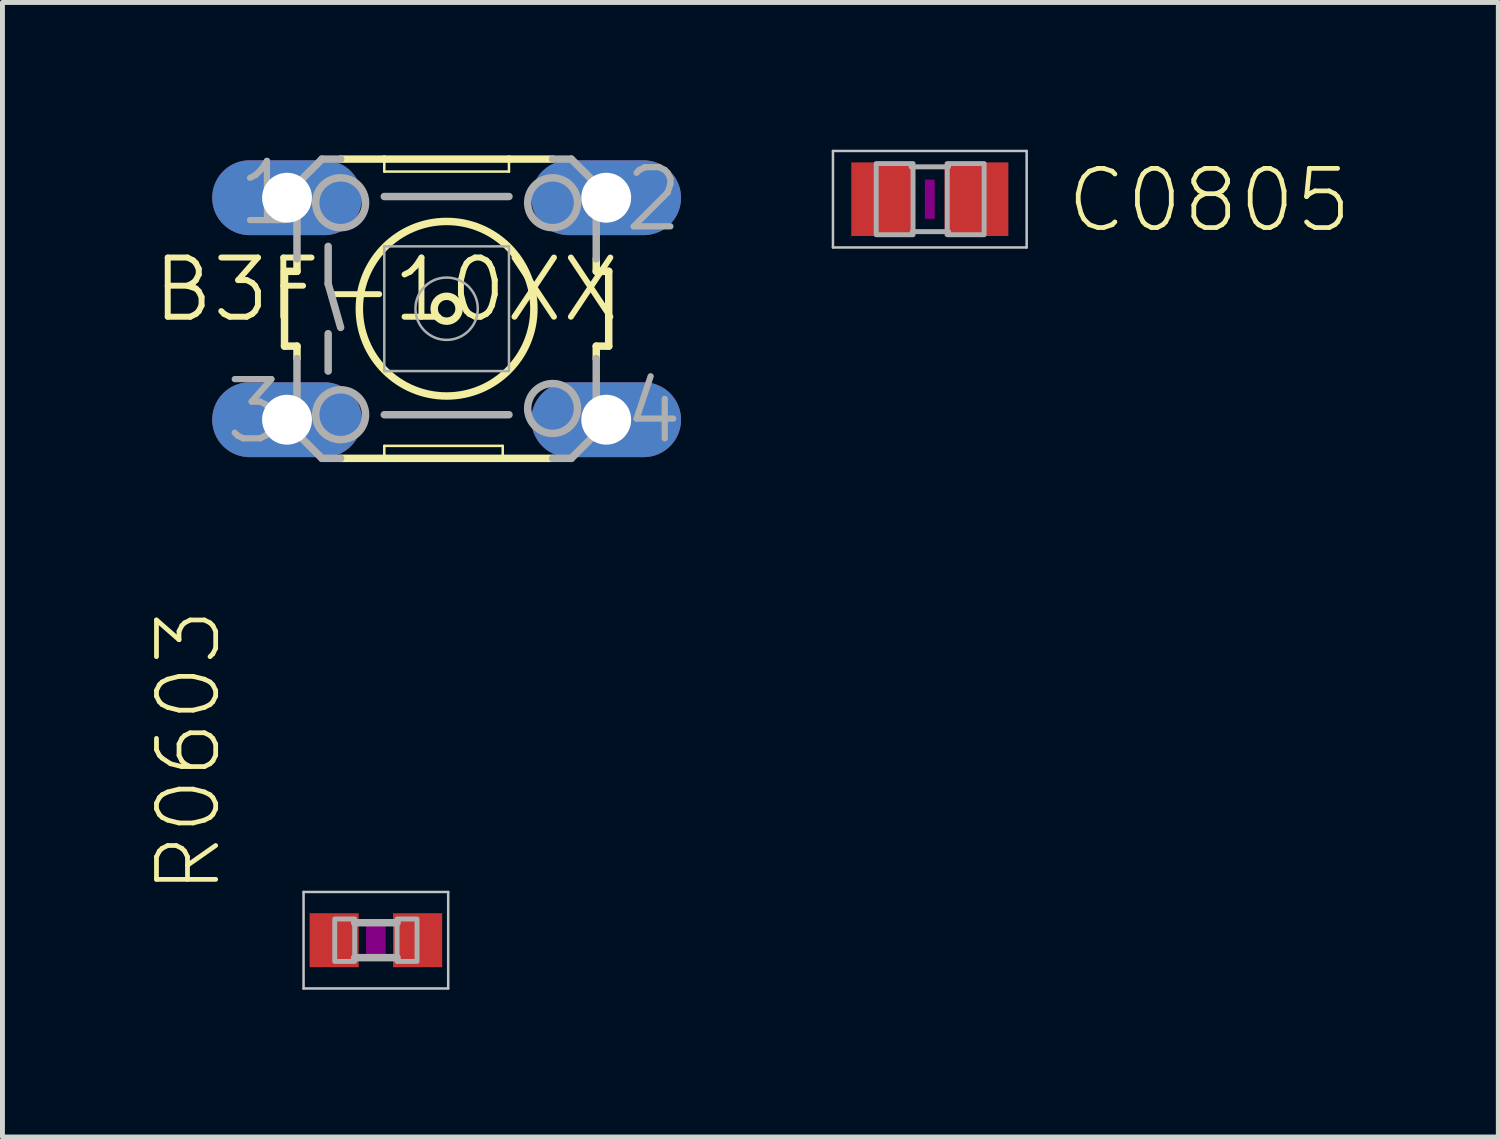
<source format=kicad_pcb>
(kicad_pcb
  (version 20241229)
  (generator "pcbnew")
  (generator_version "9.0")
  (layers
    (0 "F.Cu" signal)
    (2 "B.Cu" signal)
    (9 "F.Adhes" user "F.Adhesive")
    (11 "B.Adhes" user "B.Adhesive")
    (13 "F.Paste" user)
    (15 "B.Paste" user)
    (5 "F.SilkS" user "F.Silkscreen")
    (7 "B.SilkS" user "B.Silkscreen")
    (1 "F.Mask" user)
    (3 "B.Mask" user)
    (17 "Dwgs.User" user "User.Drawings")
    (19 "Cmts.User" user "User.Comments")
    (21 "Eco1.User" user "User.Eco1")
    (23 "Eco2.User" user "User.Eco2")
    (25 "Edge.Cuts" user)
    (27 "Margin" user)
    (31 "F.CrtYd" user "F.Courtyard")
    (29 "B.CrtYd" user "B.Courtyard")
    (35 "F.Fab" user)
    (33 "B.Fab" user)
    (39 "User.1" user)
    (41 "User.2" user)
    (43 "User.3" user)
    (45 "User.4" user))
  (footprint "R0603"
    (layer "F.Cu")
    (at 4.607 16.103)
    (property "Reference" "R0603" (at -3.111 -0.889 270) (layer "F.SilkS") (effects (font (size 1.206 1.206) (thickness 0.097)) (justify left bottom)))
    (attr through_hole)
    (fp_poly (pts (xy -0.2 0.4) (xy 0.2 0.4) (xy 0.2 -0.4) (xy -0.2 -0.4)) (stroke (width 0) (type solid)) (fill yes) (layer "F.Adhes"))
    (fp_line (start -1.473 -0.983) (end 1.473 -0.983) (stroke (width 0.051) (type solid)) (layer "Dwgs.User"))
    (fp_line (start -1.473 0.983) (end -1.473 -0.983) (stroke (width 0.051) (type solid)) (layer "Dwgs.User"))
    (fp_line (start 1.473 -0.983) (end 1.473 0.983) (stroke (width 0.051) (type solid)) (layer "Dwgs.User"))
    (fp_line (start 1.473 0.983) (end -1.473 0.983) (stroke (width 0.051) (type solid)) (layer "Dwgs.User"))
    (fp_line (start -0.432 0.356) (end 0.432 0.356) (stroke (width 0.152) (type solid)) (layer "F.Fab"))
    (fp_line (start 0.432 -0.356) (end -0.432 -0.356) (stroke (width 0.152) (type solid)) (layer "F.Fab"))
    (fp_poly (pts (xy -0.838 0.432) (xy -0.432 0.432) (xy -0.432 -0.432) (xy -0.838 -0.432)) (stroke (width 0.1) (type solid)) (fill no) (layer "F.Fab"))
    (fp_poly (pts (xy 0.432 0.432) (xy 0.838 0.432) (xy 0.838 -0.432) (xy 0.432 -0.432)) (stroke (width 0.1) (type solid)) (fill no) (layer "F.Fab"))
    (pad "1" smd rect (at -0.85 0) (size 1 1.1) (layers "F.Cu" "F.Mask" "F.Paste"))
    (pad "2" smd rect (at 0.85 0) (size 1 1.1) (layers "F.Cu" "F.Mask" "F.Paste")))
  (footprint "C0805"
    (layer "F.Cu")
    (at 15.891 1.008)
    (property "Reference" "C0805" (at 2.73 0.73 0) (layer "F.SilkS") (effects (font (size 1.206 1.206) (thickness 0.097)) (justify left bottom)))
    (attr through_hole)
    (fp_poly (pts (xy -0.1 0.4) (xy 0.1 0.4) (xy 0.1 -0.4) (xy -0.1 -0.4)) (stroke (width 0) (type solid)) (fill yes) (layer "F.Adhes"))
    (fp_line (start -1.973 -0.983) (end 1.973 -0.983) (stroke (width 0.051) (type solid)) (layer "Dwgs.User"))
    (fp_line (start -1.973 0.983) (end -1.973 -0.983) (stroke (width 0.051) (type solid)) (layer "Dwgs.User"))
    (fp_line (start 1.973 -0.983) (end 1.973 0.983) (stroke (width 0.051) (type solid)) (layer "Dwgs.User"))
    (fp_line (start 1.973 0.983) (end -1.973 0.983) (stroke (width 0.051) (type solid)) (layer "Dwgs.User"))
    (fp_line (start -0.381 -0.66) (end 0.381 -0.66) (stroke (width 0.102) (type solid)) (layer "F.Fab"))
    (fp_line (start -0.356 0.66) (end 0.381 0.66) (stroke (width 0.102) (type solid)) (layer "F.Fab"))
    (fp_poly (pts (xy -1.092 0.724) (xy -0.342 0.724) (xy -0.342 -0.726) (xy -1.092 -0.726)) (stroke (width 0.1) (type solid)) (fill no) (layer "F.Fab"))
    (fp_poly (pts (xy 0.356 0.724) (xy 1.106 0.724) (xy 1.106 -0.726) (xy 0.356 -0.726)) (stroke (width 0.1) (type solid)) (fill no) (layer "F.Fab"))
    (pad "1" smd rect (at -0.95 0) (size 1.3 1.5) (layers "F.Cu" "F.Mask" "F.Paste"))
    (pad "2" smd rect (at 0.95 0) (size 1.3 1.5) (layers "F.Cu" "F.Mask" "F.Paste")))
  (footprint "B3F-10XX"
    (layer "F.Cu")
    (at 6.048 3.239)
    (property "Reference" "B3F-10XX" (at -6.048 0.317 0) (layer "F.SilkS") (effects (font (size 1.206 1.206) (thickness 0.121)) (justify left bottom)))
    (attr through_hole)
    (fp_line (start -3.302 -0.762) (end -3.302 0.762) (stroke (width 0.152) (type solid)) (layer "F.SilkS"))
    (fp_line (start -3.302 -0.762) (end -3.048 -0.762) (stroke (width 0.152) (type solid)) (layer "F.SilkS"))
    (fp_line (start -3.048 -0.762) (end -3.048 -1.016) (stroke (width 0.152) (type solid)) (layer "F.SilkS"))
    (fp_line (start -3.048 0.762) (end -3.302 0.762) (stroke (width 0.152) (type solid)) (layer "F.SilkS"))
    (fp_line (start -3.048 0.762) (end -3.048 1.016) (stroke (width 0.152) (type solid)) (layer "F.SilkS"))
    (fp_line (start -2.159 3.048) (end -1.27 3.048) (stroke (width 0.152) (type solid)) (layer "F.SilkS"))
    (fp_line (start -1.27 -3.048) (end -2.159 -3.048) (stroke (width 0.152) (type solid)) (layer "F.SilkS"))
    (fp_line (start -1.27 -3.048) (end -1.27 -2.794) (stroke (width 0.051) (type solid)) (layer "F.SilkS"))
    (fp_line (start -1.27 2.794) (end -1.27 3.048) (stroke (width 0.051) (type solid)) (layer "F.SilkS"))
    (fp_line (start -1.27 3.048) (end 1.143 3.048) (stroke (width 0.152) (type solid)) (layer "F.SilkS"))
    (fp_line (start 1.143 2.794) (end -1.27 2.794) (stroke (width 0.051) (type solid)) (layer "F.SilkS"))
    (fp_line (start 1.143 2.794) (end 1.143 3.048) (stroke (width 0.051) (type solid)) (layer "F.SilkS"))
    (fp_line (start 1.143 3.048) (end 2.159 3.048) (stroke (width 0.152) (type solid)) (layer "F.SilkS"))
    (fp_line (start 1.27 -3.048) (end -1.27 -3.048) (stroke (width 0.152) (type solid)) (layer "F.SilkS"))
    (fp_line (start 1.27 -2.794) (end -1.27 -2.794) (stroke (width 0.051) (type solid)) (layer "F.SilkS"))
    (fp_line (start 1.27 -2.794) (end 1.27 -3.048) (stroke (width 0.051) (type solid)) (layer "F.SilkS"))
    (fp_line (start 2.159 -3.048) (end 1.27 -3.048) (stroke (width 0.152) (type solid)) (layer "F.SilkS"))
    (fp_line (start 3.048 -0.762) (end 3.048 -1.016) (stroke (width 0.152) (type solid)) (layer "F.SilkS"))
    (fp_line (start 3.048 -0.762) (end 3.302 -0.762) (stroke (width 0.152) (type solid)) (layer "F.SilkS"))
    (fp_line (start 3.048 0.762) (end 3.048 1.016) (stroke (width 0.152) (type solid)) (layer "F.SilkS"))
    (fp_line (start 3.302 0.762) (end 3.048 0.762) (stroke (width 0.152) (type solid)) (layer "F.SilkS"))
    (fp_line (start 3.302 0.762) (end 3.302 -0.762) (stroke (width 0.152) (type solid)) (layer "F.SilkS"))
    (fp_circle (center 0 0) (end 0.254 0) (stroke (width 0.152) (type solid)) (fill no) (layer "F.SilkS"))
    (fp_circle (center 0 0) (end 1.778 0) (stroke (width 0.152) (type solid)) (fill no) (layer "F.SilkS"))
    (fp_line (start -3.048 -2.54) (end -3.048 -1.016) (stroke (width 0.152) (type solid)) (layer "F.Fab"))
    (fp_line (start -3.048 2.54) (end -3.048 1.016) (stroke (width 0.152) (type solid)) (layer "F.Fab"))
    (fp_line (start -2.54 -3.048) (end -3.048 -2.54) (stroke (width 0.152) (type solid)) (layer "F.Fab"))
    (fp_line (start -2.54 -3.048) (end -2.159 -3.048) (stroke (width 0.152) (type solid)) (layer "F.Fab"))
    (fp_line (start -2.54 3.048) (end -3.048 2.54) (stroke (width 0.152) (type solid)) (layer "F.Fab"))
    (fp_line (start -2.54 3.048) (end -2.159 3.048) (stroke (width 0.152) (type solid)) (layer "F.Fab"))
    (fp_line (start -2.413 -1.27) (end -2.413 -0.508) (stroke (width 0.152) (type solid)) (layer "F.Fab"))
    (fp_line (start -2.413 -0.508) (end -2.159 0.381) (stroke (width 0.152) (type solid)) (layer "F.Fab"))
    (fp_line (start -2.413 0.508) (end -2.413 1.27) (stroke (width 0.152) (type solid)) (layer "F.Fab"))
    (fp_line (start -1.27 -1.27) (end -1.27 1.27) (stroke (width 0.051) (type solid)) (layer "F.Fab"))
    (fp_line (start -1.27 -1.27) (end 1.27 -1.27) (stroke (width 0.051) (type solid)) (layer "F.Fab"))
    (fp_line (start -1.27 2.159) (end 1.27 2.159) (stroke (width 0.152) (type solid)) (layer "F.Fab"))
    (fp_line (start 1.27 -2.286) (end -1.27 -2.286) (stroke (width 0.152) (type solid)) (layer "F.Fab"))
    (fp_line (start 1.27 1.27) (end -1.27 1.27) (stroke (width 0.051) (type solid)) (layer "F.Fab"))
    (fp_line (start 1.27 1.27) (end 1.27 -1.27) (stroke (width 0.051) (type solid)) (layer "F.Fab"))
    (fp_line (start 2.54 -3.048) (end 2.159 -3.048) (stroke (width 0.152) (type solid)) (layer "F.Fab"))
    (fp_line (start 2.54 3.048) (end 2.159 3.048) (stroke (width 0.152) (type solid)) (layer "F.Fab"))
    (fp_line (start 2.54 3.048) (end 3.048 2.54) (stroke (width 0.152) (type solid)) (layer "F.Fab"))
    (fp_line (start 3.048 -2.54) (end 2.54 -3.048) (stroke (width 0.152) (type solid)) (layer "F.Fab"))
    (fp_line (start 3.048 -1.016) (end 3.048 -2.54) (stroke (width 0.152) (type solid)) (layer "F.Fab"))
    (fp_line (start 3.048 2.54) (end 3.048 1.016) (stroke (width 0.152) (type solid)) (layer "F.Fab"))
    (fp_circle (center -2.159 -2.159) (end -1.651 -2.159) (stroke (width 0.152) (type solid)) (fill no) (layer "F.Fab"))
    (fp_circle (center -2.159 2.159) (end -1.651 2.159) (stroke (width 0.152) (type solid)) (fill no) (layer "F.Fab"))
    (fp_circle (center 0 0) (end 0.635 0) (stroke (width 0.051) (type solid)) (fill no) (layer "F.Fab"))
    (fp_circle (center 2.159 -2.159) (end 2.667 -2.159) (stroke (width 0.152) (type solid)) (fill no) (layer "F.Fab"))
    (fp_circle (center 2.159 2.032) (end 2.667 2.032) (stroke (width 0.152) (type solid)) (fill no) (layer "F.Fab"))
    (fp_text user "4" (at 3.556 2.794 0) (layer "F.Fab") (effects (font (size 1.206 1.206) (thickness 0.127)) (justify left bottom)))
    (fp_text user "3" (at -4.572 2.794 0) (layer "F.Fab") (effects (font (size 1.206 1.206) (thickness 0.127)) (justify left bottom)))
    (fp_text user "2" (at 3.556 -1.524 0) (layer "F.Fab") (effects (font (size 1.206 1.206) (thickness 0.127)) (justify left bottom)))
    (fp_text user "1" (at -4.318 -1.651 0) (layer "F.Fab") (effects (font (size 1.206 1.206) (thickness 0.127)) (justify left bottom)))
    (pad "1" thru_hole oval (at -3.251 -2.261) (size 3.048 1.524) (drill 1.016) (layers "*.Cu" "*.Mask"))
    (pad "2" thru_hole oval (at 3.251 -2.261) (size 3.048 1.524) (drill 1.016) (layers "*.Cu" "*.Mask"))
    (pad "3" thru_hole oval (at -3.251 2.261) (size 3.048 1.524) (drill 1.016) (layers "*.Cu" "*.Mask"))
    (pad "4" thru_hole oval (at 3.251 2.261) (size 3.048 1.524) (drill 1.016) (layers "*.Cu" "*.Mask")))
  (gr_rect
    (start -3 -3)
    (end 27.472 20.111)
    (stroke (width 0.1) (type default))
    (fill no)
    (layer "Edge.Cuts")))
</source>
